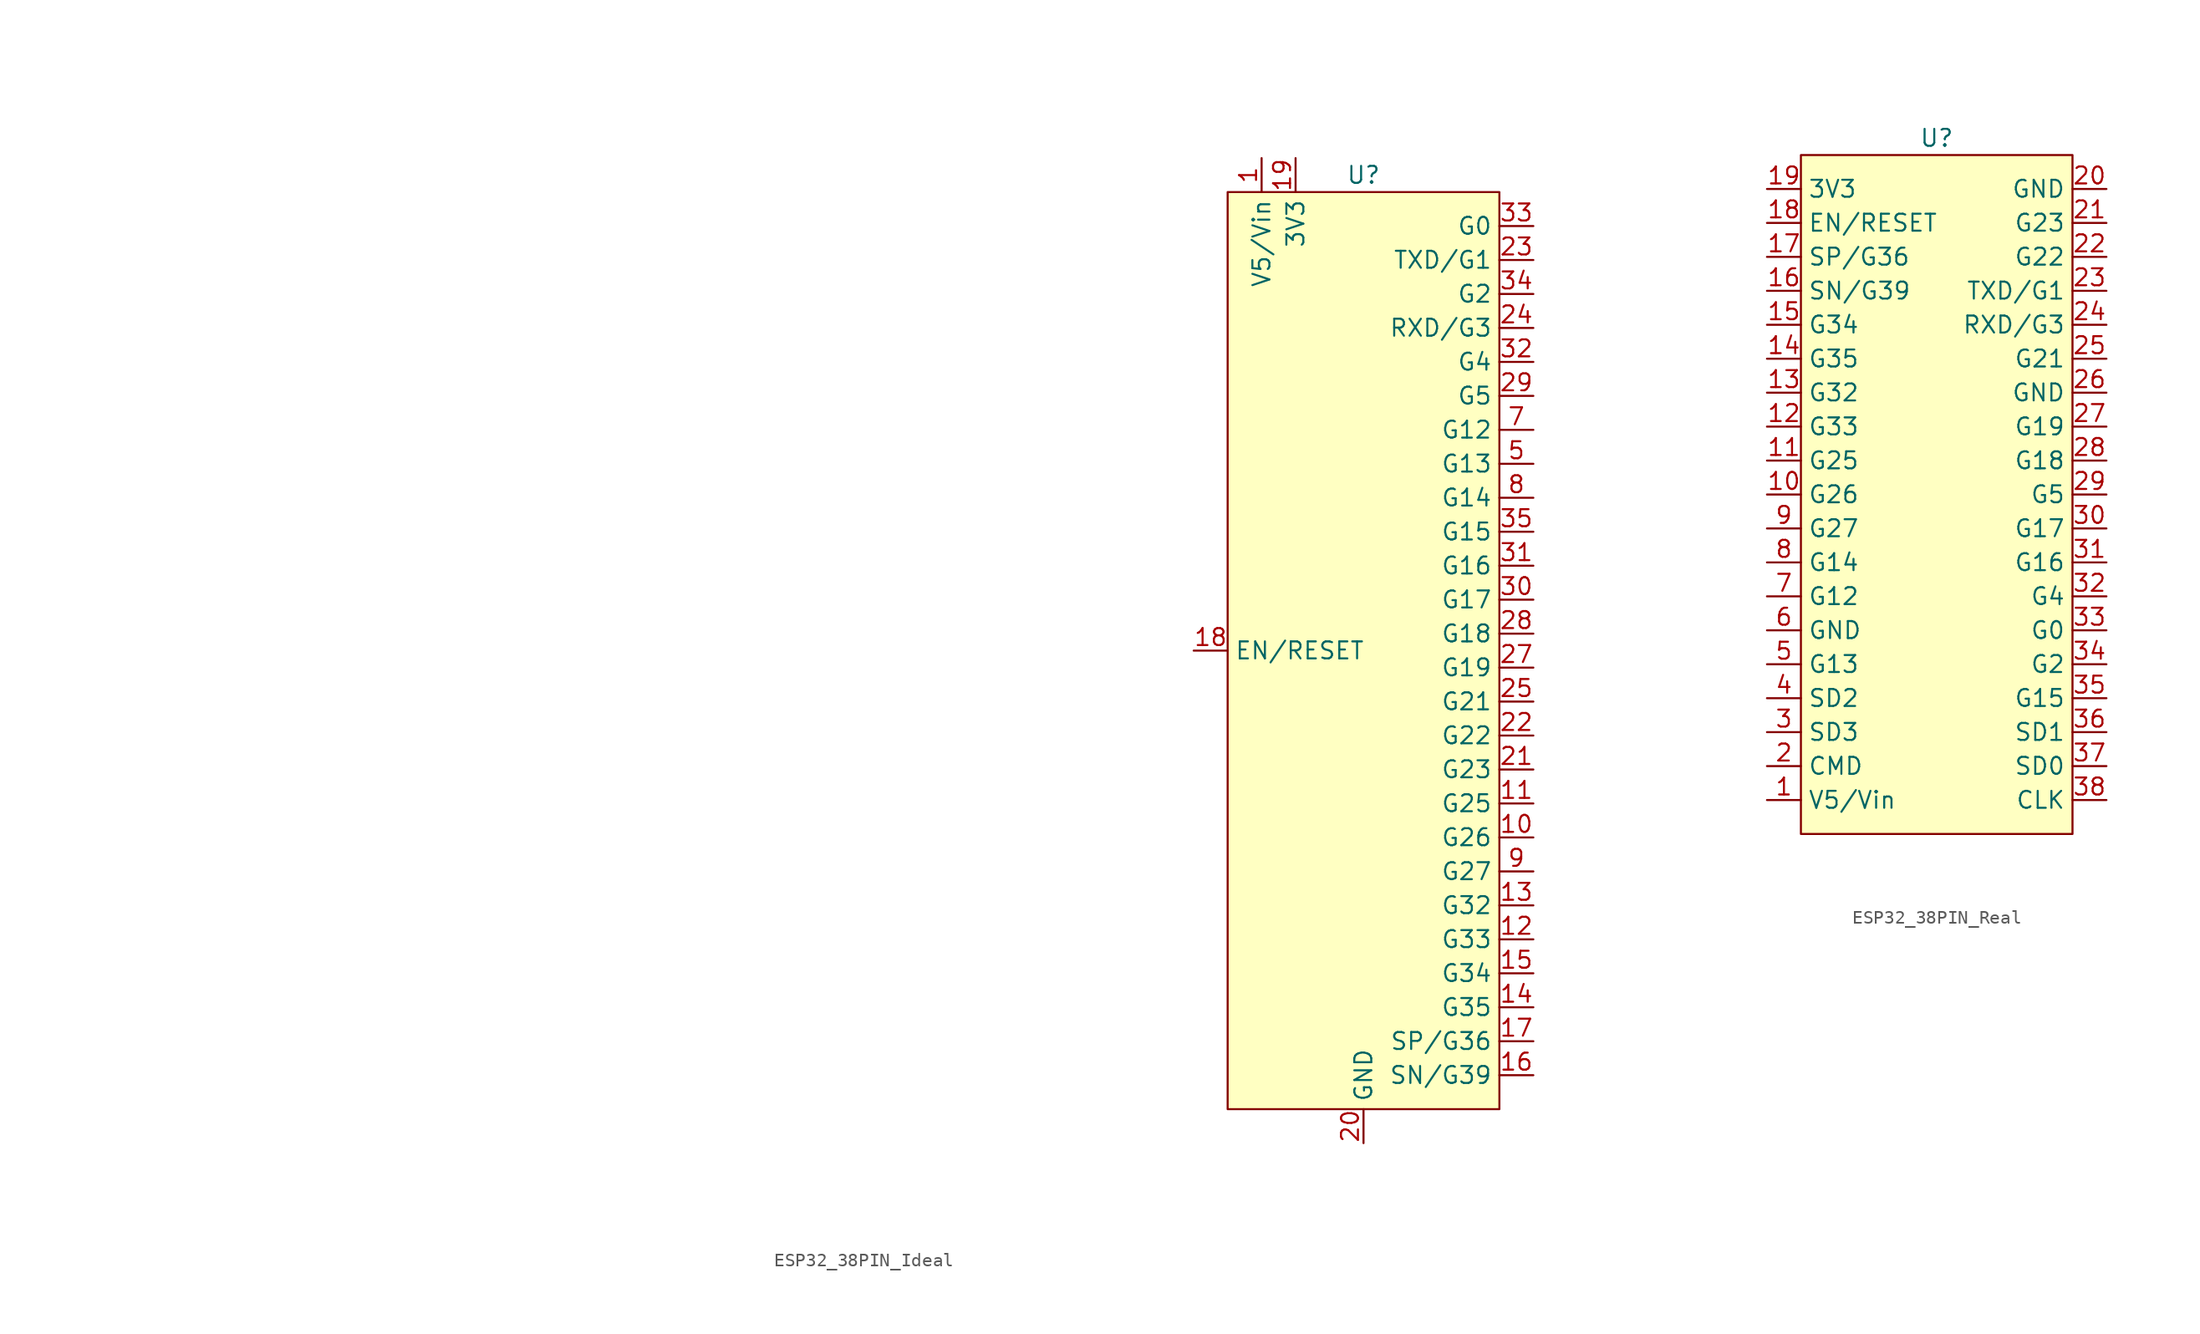
<source format=kicad_sym>
(kicad_symbol_lib
  (version 20231120)
  (generator "kicad_symbol_editor")
  (generator_version "8.0")
  (symbol "ESP32_38PIN_Ideal"
    (property "Reference" "U"
      (at 0 35.56 0)
      (effects (font (size 1.27 1.27))))
    (property "Value" ""
      (at -87.63 33.02 0)
      (effects (font (size 1.27 1.27))))
    (symbol "ESP32_38PIN_Ideal_1_1"
      (rectangle (start -10.16 34.29) (end 10.16 -34.29) (stroke (width 0) (type default)) (fill (type background)))
      (pin input line (at -7.62 36.83 270) (length 2.54) (name "V5/Vin" (effects (font (size 1.27 1.27)))) (number "1" (effects (font (size 1.27 1.27)))))
      (pin input line (at 12.7 -13.97 180) (length 2.54) (name "G26" (effects (font (size 1.27 1.27)))) (number "10" (effects (font (size 1.27 1.27)))))
      (pin input line (at 12.7 -11.43 180) (length 2.54) (name "G25" (effects (font (size 1.27 1.27)))) (number "11" (effects (font (size 1.27 1.27)))))
      (pin input line (at 12.7 -21.59 180) (length 2.54) (name "G33" (effects (font (size 1.27 1.27)))) (number "12" (effects (font (size 1.27 1.27)))))
      (pin input line (at 12.7 -19.05 180) (length 2.54) (name "G32" (effects (font (size 1.27 1.27)))) (number "13" (effects (font (size 1.27 1.27)))))
      (pin input line (at 12.7 -26.67 180) (length 2.54) (name "G35" (effects (font (size 1.27 1.27)))) (number "14" (effects (font (size 1.27 1.27)))))
      (pin input line (at 12.7 -24.13 180) (length 2.54) (name "G34" (effects (font (size 1.27 1.27)))) (number "15" (effects (font (size 1.27 1.27)))))
      (pin input line (at 12.7 -31.75 180) (length 2.54) (name "SN/G39" (effects (font (size 1.27 1.27)))) (number "16" (effects (font (size 1.27 1.27)))))
      (pin input line (at 12.7 -29.21 180) (length 2.54) (name "SP/G36" (effects (font (size 1.27 1.27)))) (number "17" (effects (font (size 1.27 1.27)))))
      (pin input line (at -12.7 0 0) (length 2.54) (name "EN/RESET" (effects (font (size 1.27 1.27)))) (number "18" (effects (font (size 1.27 1.27)))))
      (pin input line (at -5.08 36.83 270) (length 2.54) (name "3V3" (effects (font (size 1.27 1.27)))) (number "19" (effects (font (size 1.27 1.27)))))
      (pin input line (at -12.7 -31.75 0) (length 2.54) hide (name "CMD" (effects (font (size 1.27 1.27)))) (number "2" (effects (font (size 1.27 1.27)))))
      (pin input line (at 0 -36.83 90) (length 2.54) (name "GND" (effects (font (size 1.27 1.27)))) (number "20" (effects (font (size 1.27 1.27)))))
      (pin input line (at 12.7 -8.89 180) (length 2.54) (name "G23" (effects (font (size 1.27 1.27)))) (number "21" (effects (font (size 1.27 1.27)))))
      (pin input line (at 12.7 -6.35 180) (length 2.54) (name "G22" (effects (font (size 1.27 1.27)))) (number "22" (effects (font (size 1.27 1.27)))))
      (pin input line (at 12.7 29.21 180) (length 2.54) (name "TXD/G1" (effects (font (size 1.27 1.27)))) (number "23" (effects (font (size 1.27 1.27)))))
      (pin input line (at 12.7 24.13 180) (length 2.54) (name "RXD/G3" (effects (font (size 1.27 1.27)))) (number "24" (effects (font (size 1.27 1.27)))))
      (pin input line (at 12.7 -3.81 180) (length 2.54) (name "G21" (effects (font (size 1.27 1.27)))) (number "25" (effects (font (size 1.27 1.27)))))
      (pin input line (at 0 -36.83 90) (length 2.54) hide (name "GND" (effects (font (size 1.27 1.27)))) (number "26" (effects (font (size 1.27 1.27)))))
      (pin input line (at 12.7 -1.27 180) (length 2.54) (name "G19" (effects (font (size 1.27 1.27)))) (number "27" (effects (font (size 1.27 1.27)))))
      (pin input line (at 12.7 1.27 180) (length 2.54) (name "G18" (effects (font (size 1.27 1.27)))) (number "28" (effects (font (size 1.27 1.27)))))
      (pin input line (at 12.7 19.05 180) (length 2.54) (name "G5" (effects (font (size 1.27 1.27)))) (number "29" (effects (font (size 1.27 1.27)))))
      (pin input line (at -12.7 -29.21 0) (length 2.54) hide (name "SD3" (effects (font (size 1.27 1.27)))) (number "3" (effects (font (size 1.27 1.27)))))
      (pin input line (at 12.7 3.81 180) (length 2.54) (name "G17" (effects (font (size 1.27 1.27)))) (number "30" (effects (font (size 1.27 1.27)))))
      (pin input line (at 12.7 6.35 180) (length 2.54) (name "G16" (effects (font (size 1.27 1.27)))) (number "31" (effects (font (size 1.27 1.27)))))
      (pin input line (at 12.7 21.59 180) (length 2.54) (name "G4" (effects (font (size 1.27 1.27)))) (number "32" (effects (font (size 1.27 1.27)))))
      (pin input line (at 12.7 31.75 180) (length 2.54) (name "G0" (effects (font (size 1.27 1.27)))) (number "33" (effects (font (size 1.27 1.27)))))
      (pin input line (at 12.7 26.67 180) (length 2.54) (name "G2" (effects (font (size 1.27 1.27)))) (number "34" (effects (font (size 1.27 1.27)))))
      (pin input line (at 12.7 8.89 180) (length 2.54) (name "G15" (effects (font (size 1.27 1.27)))) (number "35" (effects (font (size 1.27 1.27)))))
      (pin input line (at -12.7 -24.13 0) (length 2.54) hide (name "SD1" (effects (font (size 1.27 1.27)))) (number "36" (effects (font (size 1.27 1.27)))))
      (pin input line (at -12.7 -21.59 0) (length 2.54) hide (name "SD0" (effects (font (size 1.27 1.27)))) (number "37" (effects (font (size 1.27 1.27)))))
      (pin input line (at -12.7 -19.05 0) (length 2.54) hide (name "CLK" (effects (font (size 1.27 1.27)))) (number "38" (effects (font (size 1.27 1.27)))))
      (pin input line (at -12.7 -26.67 0) (length 2.54) hide (name "SD2" (effects (font (size 1.27 1.27)))) (number "4" (effects (font (size 1.27 1.27)))))
      (pin input line (at 12.7 13.97 180) (length 2.54) (name "G13" (effects (font (size 1.27 1.27)))) (number "5" (effects (font (size 1.27 1.27)))))
      (pin input line (at 0 -36.83 90) (length 2.54) hide (name "GND" (effects (font (size 1.27 1.27)))) (number "6" (effects (font (size 1.27 1.27)))))
      (pin input line (at 12.7 16.51 180) (length 2.54) (name "G12" (effects (font (size 1.27 1.27)))) (number "7" (effects (font (size 1.27 1.27)))))
      (pin input line (at 12.7 11.43 180) (length 2.54) (name "G14" (effects (font (size 1.27 1.27)))) (number "8" (effects (font (size 1.27 1.27)))))
      (pin input line (at 12.7 -16.51 180) (length 2.54) (name "G27" (effects (font (size 1.27 1.27)))) (number "9" (effects (font (size 1.27 1.27)))))))
  (symbol "ESP32_38PIN_Real"
    (property "Reference" "U"
      (at 0 26.67 0)
      (effects (font (size 1.27 1.27))))
    (property "Value" ""
      (at -3.81 22.86 0)
      (effects (font (size 1.27 1.27))))
    (symbol "ESP32_38PIN_Real_1_1"
      (rectangle (start -10.16 25.4) (end 10.16 -25.4) (stroke (width 0) (type default)) (fill (type background)))
      (pin input line (at -12.7 -22.86 0) (length 2.54) (name "V5/Vin" (effects (font (size 1.27 1.27)))) (number "1" (effects (font (size 1.27 1.27)))))
      (pin input line (at -12.7 0 0) (length 2.54) (name "G26" (effects (font (size 1.27 1.27)))) (number "10" (effects (font (size 1.27 1.27)))))
      (pin input line (at -12.7 2.54 0) (length 2.54) (name "G25" (effects (font (size 1.27 1.27)))) (number "11" (effects (font (size 1.27 1.27)))))
      (pin input line (at -12.7 5.08 0) (length 2.54) (name "G33" (effects (font (size 1.27 1.27)))) (number "12" (effects (font (size 1.27 1.27)))))
      (pin input line (at -12.7 7.62 0) (length 2.54) (name "G32" (effects (font (size 1.27 1.27)))) (number "13" (effects (font (size 1.27 1.27)))))
      (pin input line (at -12.7 10.16 0) (length 2.54) (name "G35" (effects (font (size 1.27 1.27)))) (number "14" (effects (font (size 1.27 1.27)))))
      (pin input line (at -12.7 12.7 0) (length 2.54) (name "G34" (effects (font (size 1.27 1.27)))) (number "15" (effects (font (size 1.27 1.27)))))
      (pin input line (at -12.7 15.24 0) (length 2.54) (name "SN/G39" (effects (font (size 1.27 1.27)))) (number "16" (effects (font (size 1.27 1.27)))))
      (pin input line (at -12.7 17.78 0) (length 2.54) (name "SP/G36" (effects (font (size 1.27 1.27)))) (number "17" (effects (font (size 1.27 1.27)))))
      (pin input line (at -12.7 20.32 0) (length 2.54) (name "EN/RESET" (effects (font (size 1.27 1.27)))) (number "18" (effects (font (size 1.27 1.27)))))
      (pin input line (at -12.7 22.86 0) (length 2.54) (name "3V3" (effects (font (size 1.27 1.27)))) (number "19" (effects (font (size 1.27 1.27)))))
      (pin input line (at -12.7 -20.32 0) (length 2.54) (name "CMD" (effects (font (size 1.27 1.27)))) (number "2" (effects (font (size 1.27 1.27)))))
      (pin input line (at 12.7 22.86 180) (length 2.54) (name "GND" (effects (font (size 1.27 1.27)))) (number "20" (effects (font (size 1.27 1.27)))))
      (pin input line (at 12.7 20.32 180) (length 2.54) (name "G23" (effects (font (size 1.27 1.27)))) (number "21" (effects (font (size 1.27 1.27)))))
      (pin input line (at 12.7 17.78 180) (length 2.54) (name "G22" (effects (font (size 1.27 1.27)))) (number "22" (effects (font (size 1.27 1.27)))))
      (pin input line (at 12.7 15.24 180) (length 2.54) (name "TXD/G1" (effects (font (size 1.27 1.27)))) (number "23" (effects (font (size 1.27 1.27)))))
      (pin input line (at 12.7 12.7 180) (length 2.54) (name "RXD/G3" (effects (font (size 1.27 1.27)))) (number "24" (effects (font (size 1.27 1.27)))))
      (pin input line (at 12.7 10.16 180) (length 2.54) (name "G21" (effects (font (size 1.27 1.27)))) (number "25" (effects (font (size 1.27 1.27)))))
      (pin input line (at 12.7 7.62 180) (length 2.54) (name "GND" (effects (font (size 1.27 1.27)))) (number "26" (effects (font (size 1.27 1.27)))))
      (pin input line (at 12.7 22.86 180) (length 2.54) hide (name "GND" (effects (font (size 1.27 1.27)))) (number "26" (effects (font (size 1.27 1.27)))))
      (pin input line (at 12.7 5.08 180) (length 2.54) (name "G19" (effects (font (size 1.27 1.27)))) (number "27" (effects (font (size 1.27 1.27)))))
      (pin input line (at 12.7 2.54 180) (length 2.54) (name "G18" (effects (font (size 1.27 1.27)))) (number "28" (effects (font (size 1.27 1.27)))))
      (pin input line (at 12.7 0 180) (length 2.54) (name "G5" (effects (font (size 1.27 1.27)))) (number "29" (effects (font (size 1.27 1.27)))))
      (pin input line (at -12.7 -17.78 0) (length 2.54) (name "SD3" (effects (font (size 1.27 1.27)))) (number "3" (effects (font (size 1.27 1.27)))))
      (pin input line (at 12.7 -2.54 180) (length 2.54) (name "G17" (effects (font (size 1.27 1.27)))) (number "30" (effects (font (size 1.27 1.27)))))
      (pin input line (at 12.7 -5.08 180) (length 2.54) (name "G16" (effects (font (size 1.27 1.27)))) (number "31" (effects (font (size 1.27 1.27)))))
      (pin input line (at 12.7 -7.62 180) (length 2.54) (name "G4" (effects (font (size 1.27 1.27)))) (number "32" (effects (font (size 1.27 1.27)))))
      (pin input line (at 12.7 -10.16 180) (length 2.54) (name "G0" (effects (font (size 1.27 1.27)))) (number "33" (effects (font (size 1.27 1.27)))))
      (pin input line (at 12.7 -12.7 180) (length 2.54) (name "G2" (effects (font (size 1.27 1.27)))) (number "34" (effects (font (size 1.27 1.27)))))
      (pin input line (at 12.7 -15.24 180) (length 2.54) (name "G15" (effects (font (size 1.27 1.27)))) (number "35" (effects (font (size 1.27 1.27)))))
      (pin input line (at 12.7 -17.78 180) (length 2.54) (name "SD1" (effects (font (size 1.27 1.27)))) (number "36" (effects (font (size 1.27 1.27)))))
      (pin input line (at 12.7 -20.32 180) (length 2.54) (name "SD0" (effects (font (size 1.27 1.27)))) (number "37" (effects (font (size 1.27 1.27)))))
      (pin input line (at 12.7 -22.86 180) (length 2.54) (name "CLK" (effects (font (size 1.27 1.27)))) (number "38" (effects (font (size 1.27 1.27)))))
      (pin input line (at -12.7 -15.24 0) (length 2.54) (name "SD2" (effects (font (size 1.27 1.27)))) (number "4" (effects (font (size 1.27 1.27)))))
      (pin input line (at -12.7 -12.7 0) (length 2.54) (name "G13" (effects (font (size 1.27 1.27)))) (number "5" (effects (font (size 1.27 1.27)))))
      (pin input line (at -12.7 -10.16 0) (length 2.54) (name "GND" (effects (font (size 1.27 1.27)))) (number "6" (effects (font (size 1.27 1.27)))))
      (pin input line (at 12.7 22.86 180) (length 2.54) hide (name "GND" (effects (font (size 1.27 1.27)))) (number "6" (effects (font (size 1.27 1.27)))))
      (pin input line (at -12.7 -7.62 0) (length 2.54) (name "G12" (effects (font (size 1.27 1.27)))) (number "7" (effects (font (size 1.27 1.27)))))
      (pin input line (at -12.7 -5.08 0) (length 2.54) (name "G14" (effects (font (size 1.27 1.27)))) (number "8" (effects (font (size 1.27 1.27)))))
      (pin input line (at -12.7 -2.54 0) (length 2.54) (name "G27" (effects (font (size 1.27 1.27)))) (number "9" (effects (font (size 1.27 1.27))))))))
</source>
